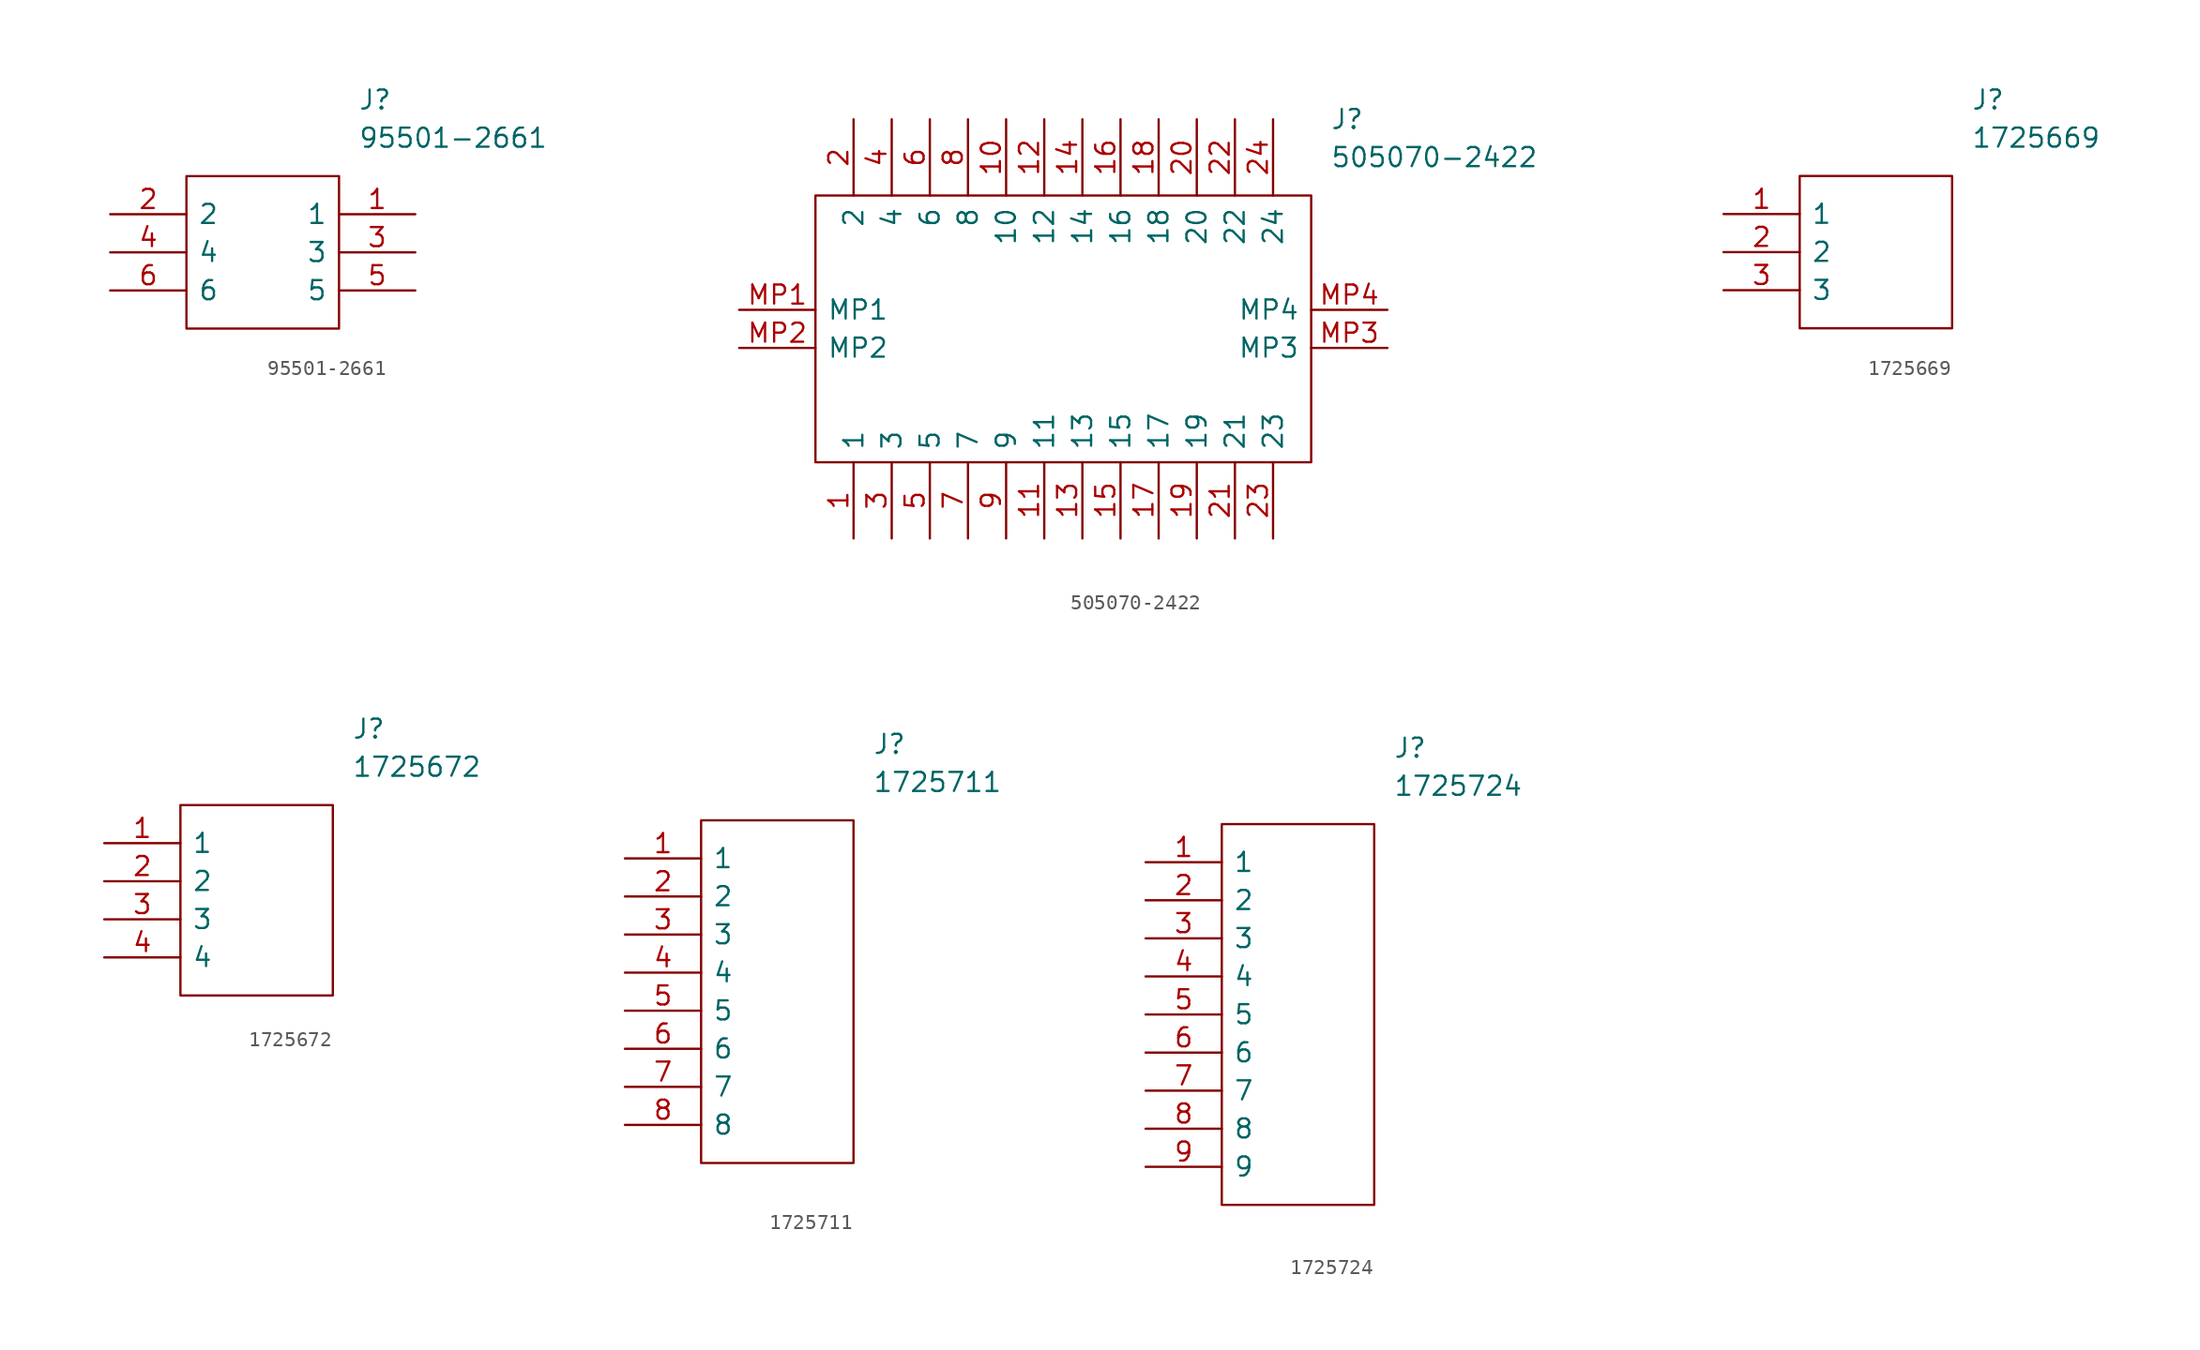
<source format=kicad_sym>
(kicad_symbol_lib
  (version 20241209)
  (generator "kicad_symbol_editor")
  (generator_version "9.0")
  (symbol "95501-2661"
    (pin_names
      (offset 0.762))
    (property "Reference" "J"
      (at 16.51 7.62 0)
      (effects (font (size 1.27 1.27)) (justify left)))
    (property "Value" "95501-2661"
      (at 16.51 5.08 0)
      (effects (font (size 1.27 1.27)) (justify left)))
    (symbol "95501-2661_0_0"
      (pin passive line (at 0 0 0) (length 5.08) (name "2" (effects (font (size 1.27 1.27)))) (number "2" (effects (font (size 1.27 1.27)))))
      (pin passive line (at 0 -2.54 0) (length 5.08) (name "4" (effects (font (size 1.27 1.27)))) (number "4" (effects (font (size 1.27 1.27)))))
      (pin passive line (at 0 -5.08 0) (length 5.08) (name "6" (effects (font (size 1.27 1.27)))) (number "6" (effects (font (size 1.27 1.27)))))
      (pin passive line (at 20.32 0 180) (length 5.08) (name "1" (effects (font (size 1.27 1.27)))) (number "1" (effects (font (size 1.27 1.27)))))
      (pin passive line (at 20.32 -2.54 180) (length 5.08) (name "3" (effects (font (size 1.27 1.27)))) (number "3" (effects (font (size 1.27 1.27)))))
      (pin passive line (at 20.32 -5.08 180) (length 5.08) (name "5" (effects (font (size 1.27 1.27)))) (number "5" (effects (font (size 1.27 1.27))))))
    (symbol "95501-2661_0_1"
      (polyline (pts (xy 5.08 2.54) (xy 15.24 2.54) (xy 15.24 -7.62) (xy 5.08 -7.62) (xy 5.08 2.54)) (stroke (width 0.152) (type solid)) (fill (type none)))))
  (symbol "505070-2422"
    (pin_names
      (offset 0.762))
    (property "Reference" "J"
      (at 39.37 12.7 0)
      (effects (font (size 1.27 1.27)) (justify left)))
    (property "Value" "505070-2422"
      (at 39.37 10.16 0)
      (effects (font (size 1.27 1.27)) (justify left)))
    (symbol "505070-2422_0_0"
      (pin passive line (at 0 0 0) (length 5.08) (name "MP1" (effects (font (size 1.27 1.27)))) (number "MP1" (effects (font (size 1.27 1.27)))))
      (pin passive line (at 0 -2.54 0) (length 5.08) (name "MP2" (effects (font (size 1.27 1.27)))) (number "MP2" (effects (font (size 1.27 1.27)))))
      (pin passive line (at 7.62 12.7 270) (length 5.08) (name "2" (effects (font (size 1.27 1.27)))) (number "2" (effects (font (size 1.27 1.27)))))
      (pin passive line (at 7.62 -15.24 90) (length 5.08) (name "1" (effects (font (size 1.27 1.27)))) (number "1" (effects (font (size 1.27 1.27)))))
      (pin passive line (at 10.16 12.7 270) (length 5.08) (name "4" (effects (font (size 1.27 1.27)))) (number "4" (effects (font (size 1.27 1.27)))))
      (pin passive line (at 10.16 -15.24 90) (length 5.08) (name "3" (effects (font (size 1.27 1.27)))) (number "3" (effects (font (size 1.27 1.27)))))
      (pin passive line (at 12.7 12.7 270) (length 5.08) (name "6" (effects (font (size 1.27 1.27)))) (number "6" (effects (font (size 1.27 1.27)))))
      (pin passive line (at 12.7 -15.24 90) (length 5.08) (name "5" (effects (font (size 1.27 1.27)))) (number "5" (effects (font (size 1.27 1.27)))))
      (pin passive line (at 15.24 12.7 270) (length 5.08) (name "8" (effects (font (size 1.27 1.27)))) (number "8" (effects (font (size 1.27 1.27)))))
      (pin passive line (at 15.24 -15.24 90) (length 5.08) (name "7" (effects (font (size 1.27 1.27)))) (number "7" (effects (font (size 1.27 1.27)))))
      (pin passive line (at 17.78 12.7 270) (length 5.08) (name "10" (effects (font (size 1.27 1.27)))) (number "10" (effects (font (size 1.27 1.27)))))
      (pin passive line (at 17.78 -15.24 90) (length 5.08) (name "9" (effects (font (size 1.27 1.27)))) (number "9" (effects (font (size 1.27 1.27)))))
      (pin passive line (at 20.32 12.7 270) (length 5.08) (name "12" (effects (font (size 1.27 1.27)))) (number "12" (effects (font (size 1.27 1.27)))))
      (pin passive line (at 20.32 -15.24 90) (length 5.08) (name "11" (effects (font (size 1.27 1.27)))) (number "11" (effects (font (size 1.27 1.27)))))
      (pin passive line (at 22.86 12.7 270) (length 5.08) (name "14" (effects (font (size 1.27 1.27)))) (number "14" (effects (font (size 1.27 1.27)))))
      (pin passive line (at 22.86 -15.24 90) (length 5.08) (name "13" (effects (font (size 1.27 1.27)))) (number "13" (effects (font (size 1.27 1.27)))))
      (pin passive line (at 25.4 12.7 270) (length 5.08) (name "16" (effects (font (size 1.27 1.27)))) (number "16" (effects (font (size 1.27 1.27)))))
      (pin passive line (at 25.4 -15.24 90) (length 5.08) (name "15" (effects (font (size 1.27 1.27)))) (number "15" (effects (font (size 1.27 1.27)))))
      (pin passive line (at 27.94 12.7 270) (length 5.08) (name "18" (effects (font (size 1.27 1.27)))) (number "18" (effects (font (size 1.27 1.27)))))
      (pin passive line (at 27.94 -15.24 90) (length 5.08) (name "17" (effects (font (size 1.27 1.27)))) (number "17" (effects (font (size 1.27 1.27)))))
      (pin passive line (at 30.48 12.7 270) (length 5.08) (name "20" (effects (font (size 1.27 1.27)))) (number "20" (effects (font (size 1.27 1.27)))))
      (pin passive line (at 30.48 -15.24 90) (length 5.08) (name "19" (effects (font (size 1.27 1.27)))) (number "19" (effects (font (size 1.27 1.27)))))
      (pin passive line (at 33.02 12.7 270) (length 5.08) (name "22" (effects (font (size 1.27 1.27)))) (number "22" (effects (font (size 1.27 1.27)))))
      (pin passive line (at 33.02 -15.24 90) (length 5.08) (name "21" (effects (font (size 1.27 1.27)))) (number "21" (effects (font (size 1.27 1.27)))))
      (pin passive line (at 35.56 12.7 270) (length 5.08) (name "24" (effects (font (size 1.27 1.27)))) (number "24" (effects (font (size 1.27 1.27)))))
      (pin passive line (at 35.56 -15.24 90) (length 5.08) (name "23" (effects (font (size 1.27 1.27)))) (number "23" (effects (font (size 1.27 1.27)))))
      (pin passive line (at 43.18 0 180) (length 5.08) (name "MP4" (effects (font (size 1.27 1.27)))) (number "MP4" (effects (font (size 1.27 1.27)))))
      (pin passive line (at 43.18 -2.54 180) (length 5.08) (name "MP3" (effects (font (size 1.27 1.27)))) (number "MP3" (effects (font (size 1.27 1.27))))))
    (symbol "505070-2422_0_1"
      (polyline (pts (xy 5.08 7.62) (xy 38.1 7.62) (xy 38.1 -10.16) (xy 5.08 -10.16) (xy 5.08 7.62)) (stroke (width 0.152) (type solid)) (fill (type none)))))
  (symbol "1725669"
    (pin_names
      (offset 0.762))
    (property "Reference" "J"
      (at 16.51 7.62 0)
      (effects (font (size 1.27 1.27)) (justify left)))
    (property "Value" "1725669"
      (at 16.51 5.08 0)
      (effects (font (size 1.27 1.27)) (justify left)))
    (symbol "1725669_0_0"
      (pin passive line (at 0 0 0) (length 5.08) (name "1" (effects (font (size 1.27 1.27)))) (number "1" (effects (font (size 1.27 1.27)))))
      (pin passive line (at 0 -2.54 0) (length 5.08) (name "2" (effects (font (size 1.27 1.27)))) (number "2" (effects (font (size 1.27 1.27)))))
      (pin passive line (at 0 -5.08 0) (length 5.08) (name "3" (effects (font (size 1.27 1.27)))) (number "3" (effects (font (size 1.27 1.27))))))
    (symbol "1725669_0_1"
      (polyline (pts (xy 5.08 2.54) (xy 15.24 2.54) (xy 15.24 -7.62) (xy 5.08 -7.62) (xy 5.08 2.54)) (stroke (width 0.152) (type solid)) (fill (type none)))))
  (symbol "1725672"
    (pin_names
      (offset 0.762))
    (property "Reference" "J"
      (at 16.51 7.62 0)
      (effects (font (size 1.27 1.27)) (justify left)))
    (property "Value" "1725672"
      (at 16.51 5.08 0)
      (effects (font (size 1.27 1.27)) (justify left)))
    (symbol "1725672_0_0"
      (pin passive line (at 0 0 0) (length 5.08) (name "1" (effects (font (size 1.27 1.27)))) (number "1" (effects (font (size 1.27 1.27)))))
      (pin passive line (at 0 -2.54 0) (length 5.08) (name "2" (effects (font (size 1.27 1.27)))) (number "2" (effects (font (size 1.27 1.27)))))
      (pin passive line (at 0 -5.08 0) (length 5.08) (name "3" (effects (font (size 1.27 1.27)))) (number "3" (effects (font (size 1.27 1.27)))))
      (pin passive line (at 0 -7.62 0) (length 5.08) (name "4" (effects (font (size 1.27 1.27)))) (number "4" (effects (font (size 1.27 1.27))))))
    (symbol "1725672_0_1"
      (polyline (pts (xy 5.08 2.54) (xy 15.24 2.54) (xy 15.24 -10.16) (xy 5.08 -10.16) (xy 5.08 2.54)) (stroke (width 0.152) (type solid)) (fill (type none)))))
  (symbol "1725711"
    (pin_names
      (offset 0.762))
    (property "Reference" "J"
      (at 16.51 7.62 0)
      (effects (font (size 1.27 1.27)) (justify left)))
    (property "Value" "1725711"
      (at 16.51 5.08 0)
      (effects (font (size 1.27 1.27)) (justify left)))
    (symbol "1725711_0_0"
      (pin passive line (at 0 0 0) (length 5.08) (name "1" (effects (font (size 1.27 1.27)))) (number "1" (effects (font (size 1.27 1.27)))))
      (pin passive line (at 0 -2.54 0) (length 5.08) (name "2" (effects (font (size 1.27 1.27)))) (number "2" (effects (font (size 1.27 1.27)))))
      (pin passive line (at 0 -5.08 0) (length 5.08) (name "3" (effects (font (size 1.27 1.27)))) (number "3" (effects (font (size 1.27 1.27)))))
      (pin passive line (at 0 -7.62 0) (length 5.08) (name "4" (effects (font (size 1.27 1.27)))) (number "4" (effects (font (size 1.27 1.27)))))
      (pin passive line (at 0 -10.16 0) (length 5.08) (name "5" (effects (font (size 1.27 1.27)))) (number "5" (effects (font (size 1.27 1.27)))))
      (pin passive line (at 0 -12.7 0) (length 5.08) (name "6" (effects (font (size 1.27 1.27)))) (number "6" (effects (font (size 1.27 1.27)))))
      (pin passive line (at 0 -15.24 0) (length 5.08) (name "7" (effects (font (size 1.27 1.27)))) (number "7" (effects (font (size 1.27 1.27)))))
      (pin passive line (at 0 -17.78 0) (length 5.08) (name "8" (effects (font (size 1.27 1.27)))) (number "8" (effects (font (size 1.27 1.27))))))
    (symbol "1725711_0_1"
      (polyline (pts (xy 5.08 2.54) (xy 15.24 2.54) (xy 15.24 -20.32) (xy 5.08 -20.32) (xy 5.08 2.54)) (stroke (width 0.152) (type solid)) (fill (type none)))))
  (symbol "1725724"
    (pin_names
      (offset 0.762))
    (property "Reference" "J"
      (at 16.51 7.62 0)
      (effects (font (size 1.27 1.27)) (justify left)))
    (property "Value" "1725724"
      (at 16.51 5.08 0)
      (effects (font (size 1.27 1.27)) (justify left)))
    (symbol "1725724_0_0"
      (pin passive line (at 0 0 0) (length 5.08) (name "1" (effects (font (size 1.27 1.27)))) (number "1" (effects (font (size 1.27 1.27)))))
      (pin passive line (at 0 -2.54 0) (length 5.08) (name "2" (effects (font (size 1.27 1.27)))) (number "2" (effects (font (size 1.27 1.27)))))
      (pin passive line (at 0 -5.08 0) (length 5.08) (name "3" (effects (font (size 1.27 1.27)))) (number "3" (effects (font (size 1.27 1.27)))))
      (pin passive line (at 0 -7.62 0) (length 5.08) (name "4" (effects (font (size 1.27 1.27)))) (number "4" (effects (font (size 1.27 1.27)))))
      (pin passive line (at 0 -10.16 0) (length 5.08) (name "5" (effects (font (size 1.27 1.27)))) (number "5" (effects (font (size 1.27 1.27)))))
      (pin passive line (at 0 -12.7 0) (length 5.08) (name "6" (effects (font (size 1.27 1.27)))) (number "6" (effects (font (size 1.27 1.27)))))
      (pin passive line (at 0 -15.24 0) (length 5.08) (name "7" (effects (font (size 1.27 1.27)))) (number "7" (effects (font (size 1.27 1.27)))))
      (pin passive line (at 0 -17.78 0) (length 5.08) (name "8" (effects (font (size 1.27 1.27)))) (number "8" (effects (font (size 1.27 1.27)))))
      (pin passive line (at 0 -20.32 0) (length 5.08) (name "9" (effects (font (size 1.27 1.27)))) (number "9" (effects (font (size 1.27 1.27))))))
    (symbol "1725724_0_1"
      (polyline (pts (xy 5.08 2.54) (xy 15.24 2.54) (xy 15.24 -22.86) (xy 5.08 -22.86) (xy 5.08 2.54)) (stroke (width 0.152) (type solid)) (fill (type none))))))
</source>
